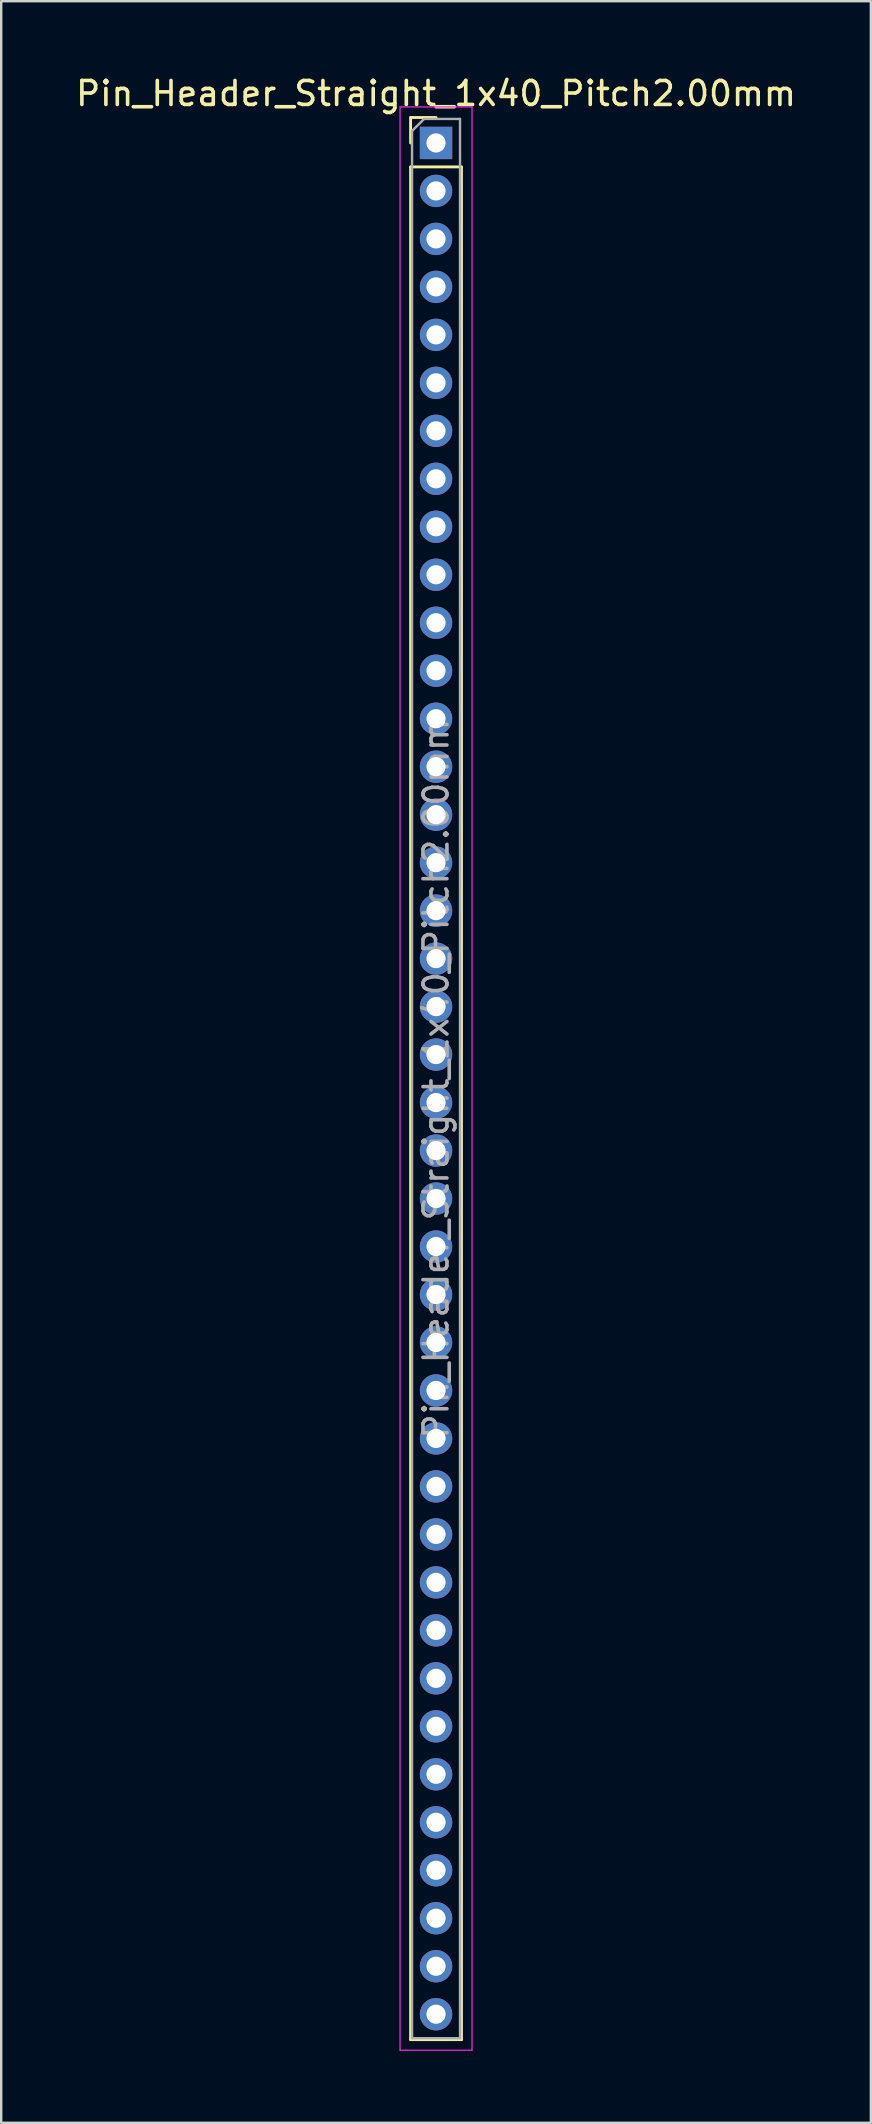
<source format=kicad_pcb>
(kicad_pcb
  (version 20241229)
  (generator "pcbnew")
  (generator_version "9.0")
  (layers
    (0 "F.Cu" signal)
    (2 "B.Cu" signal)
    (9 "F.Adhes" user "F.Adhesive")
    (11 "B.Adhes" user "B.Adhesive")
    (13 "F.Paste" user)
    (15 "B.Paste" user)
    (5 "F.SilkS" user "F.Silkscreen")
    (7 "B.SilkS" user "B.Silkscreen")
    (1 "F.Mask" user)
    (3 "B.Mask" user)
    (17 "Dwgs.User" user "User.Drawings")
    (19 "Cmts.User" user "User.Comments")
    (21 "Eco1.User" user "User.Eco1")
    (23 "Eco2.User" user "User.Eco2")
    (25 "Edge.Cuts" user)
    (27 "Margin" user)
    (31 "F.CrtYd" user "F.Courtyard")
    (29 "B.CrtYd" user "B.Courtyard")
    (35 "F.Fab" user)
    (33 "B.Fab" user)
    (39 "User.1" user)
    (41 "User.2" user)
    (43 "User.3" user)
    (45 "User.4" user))
  (footprint "Pin_Header_Straight_1x40_Pitch2.00mm"
    (layer "F.Cu")
    (at 15.125 2.908)
    (property "Reference" "Pin_Header_Straight_1x40_Pitch2.00mm" (at 0 -2.06 0) (layer "F.SilkS") (effects (font (size 1 1) (thickness 0.15))))
    (attr through_hole)
    (fp_line (start -1.06 -1.06) (end 0 -1.06) (stroke (width 0.12) (type solid)) (layer "F.SilkS"))
    (fp_line (start -1.06 0) (end -1.06 -1.06) (stroke (width 0.12) (type solid)) (layer "F.SilkS"))
    (fp_line (start -1.06 1) (end -1.06 79.06) (stroke (width 0.12) (type solid)) (layer "F.SilkS"))
    (fp_line (start -1.06 1) (end 1.06 1) (stroke (width 0.12) (type solid)) (layer "F.SilkS"))
    (fp_line (start -1.06 79.06) (end 1.06 79.06) (stroke (width 0.12) (type solid)) (layer "F.SilkS"))
    (fp_line (start 1.06 1) (end 1.06 79.06) (stroke (width 0.12) (type solid)) (layer "F.SilkS"))
    (fp_line (start -1.5 -1.5) (end -1.5 79.5) (stroke (width 0.05) (type solid)) (layer "F.CrtYd"))
    (fp_line (start -1.5 79.5) (end 1.5 79.5) (stroke (width 0.05) (type solid)) (layer "F.CrtYd"))
    (fp_line (start 1.5 -1.5) (end -1.5 -1.5) (stroke (width 0.05) (type solid)) (layer "F.CrtYd"))
    (fp_line (start 1.5 79.5) (end 1.5 -1.5) (stroke (width 0.05) (type solid)) (layer "F.CrtYd"))
    (fp_line (start -1 -0.5) (end -0.5 -1) (stroke (width 0.1) (type solid)) (layer "F.Fab"))
    (fp_line (start -1 79) (end -1 -0.5) (stroke (width 0.1) (type solid)) (layer "F.Fab"))
    (fp_line (start -0.5 -1) (end 1 -1) (stroke (width 0.1) (type solid)) (layer "F.Fab"))
    (fp_line (start 1 -1) (end 1 79) (stroke (width 0.1) (type solid)) (layer "F.Fab"))
    (fp_line (start 1 79) (end -1 79) (stroke (width 0.1) (type solid)) (layer "F.Fab"))
    (fp_text user "${REFERENCE}" (at 0 39 90) (layer "F.Fab") (effects (font (size 1 1) (thickness 0.15))))
    (pad "1" thru_hole rect (at 0 0) (size 1.35 1.35) (drill 0.8) (layers "*.Cu" "*.Mask"))
    (pad "2" thru_hole oval (at 0 2) (size 1.35 1.35) (drill 0.8) (layers "*.Cu" "*.Mask"))
    (pad "3" thru_hole oval (at 0 4) (size 1.35 1.35) (drill 0.8) (layers "*.Cu" "*.Mask"))
    (pad "4" thru_hole oval (at 0 6) (size 1.35 1.35) (drill 0.8) (layers "*.Cu" "*.Mask"))
    (pad "5" thru_hole oval (at 0 8) (size 1.35 1.35) (drill 0.8) (layers "*.Cu" "*.Mask"))
    (pad "6" thru_hole oval (at 0 10) (size 1.35 1.35) (drill 0.8) (layers "*.Cu" "*.Mask"))
    (pad "7" thru_hole oval (at 0 12) (size 1.35 1.35) (drill 0.8) (layers "*.Cu" "*.Mask"))
    (pad "8" thru_hole oval (at 0 14) (size 1.35 1.35) (drill 0.8) (layers "*.Cu" "*.Mask"))
    (pad "9" thru_hole oval (at 0 16) (size 1.35 1.35) (drill 0.8) (layers "*.Cu" "*.Mask"))
    (pad "10" thru_hole oval (at 0 18) (size 1.35 1.35) (drill 0.8) (layers "*.Cu" "*.Mask"))
    (pad "11" thru_hole oval (at 0 20) (size 1.35 1.35) (drill 0.8) (layers "*.Cu" "*.Mask"))
    (pad "12" thru_hole oval (at 0 22) (size 1.35 1.35) (drill 0.8) (layers "*.Cu" "*.Mask"))
    (pad "13" thru_hole oval (at 0 24) (size 1.35 1.35) (drill 0.8) (layers "*.Cu" "*.Mask"))
    (pad "14" thru_hole oval (at 0 26) (size 1.35 1.35) (drill 0.8) (layers "*.Cu" "*.Mask"))
    (pad "15" thru_hole oval (at 0 28) (size 1.35 1.35) (drill 0.8) (layers "*.Cu" "*.Mask"))
    (pad "16" thru_hole oval (at 0 30) (size 1.35 1.35) (drill 0.8) (layers "*.Cu" "*.Mask"))
    (pad "17" thru_hole oval (at 0 32) (size 1.35 1.35) (drill 0.8) (layers "*.Cu" "*.Mask"))
    (pad "18" thru_hole oval (at 0 34) (size 1.35 1.35) (drill 0.8) (layers "*.Cu" "*.Mask"))
    (pad "19" thru_hole oval (at 0 36) (size 1.35 1.35) (drill 0.8) (layers "*.Cu" "*.Mask"))
    (pad "20" thru_hole oval (at 0 38) (size 1.35 1.35) (drill 0.8) (layers "*.Cu" "*.Mask"))
    (pad "21" thru_hole oval (at 0 40) (size 1.35 1.35) (drill 0.8) (layers "*.Cu" "*.Mask"))
    (pad "22" thru_hole oval (at 0 42) (size 1.35 1.35) (drill 0.8) (layers "*.Cu" "*.Mask"))
    (pad "23" thru_hole oval (at 0 44) (size 1.35 1.35) (drill 0.8) (layers "*.Cu" "*.Mask"))
    (pad "24" thru_hole oval (at 0 46) (size 1.35 1.35) (drill 0.8) (layers "*.Cu" "*.Mask"))
    (pad "25" thru_hole oval (at 0 48) (size 1.35 1.35) (drill 0.8) (layers "*.Cu" "*.Mask"))
    (pad "26" thru_hole oval (at 0 50) (size 1.35 1.35) (drill 0.8) (layers "*.Cu" "*.Mask"))
    (pad "27" thru_hole oval (at 0 52) (size 1.35 1.35) (drill 0.8) (layers "*.Cu" "*.Mask"))
    (pad "28" thru_hole oval (at 0 54) (size 1.35 1.35) (drill 0.8) (layers "*.Cu" "*.Mask"))
    (pad "29" thru_hole oval (at 0 56) (size 1.35 1.35) (drill 0.8) (layers "*.Cu" "*.Mask"))
    (pad "30" thru_hole oval (at 0 58) (size 1.35 1.35) (drill 0.8) (layers "*.Cu" "*.Mask"))
    (pad "31" thru_hole oval (at 0 60) (size 1.35 1.35) (drill 0.8) (layers "*.Cu" "*.Mask"))
    (pad "32" thru_hole oval (at 0 62) (size 1.35 1.35) (drill 0.8) (layers "*.Cu" "*.Mask"))
    (pad "33" thru_hole oval (at 0 64) (size 1.35 1.35) (drill 0.8) (layers "*.Cu" "*.Mask"))
    (pad "34" thru_hole oval (at 0 66) (size 1.35 1.35) (drill 0.8) (layers "*.Cu" "*.Mask"))
    (pad "35" thru_hole oval (at 0 68) (size 1.35 1.35) (drill 0.8) (layers "*.Cu" "*.Mask"))
    (pad "36" thru_hole oval (at 0 70) (size 1.35 1.35) (drill 0.8) (layers "*.Cu" "*.Mask"))
    (pad "37" thru_hole oval (at 0 72) (size 1.35 1.35) (drill 0.8) (layers "*.Cu" "*.Mask"))
    (pad "38" thru_hole oval (at 0 74) (size 1.35 1.35) (drill 0.8) (layers "*.Cu" "*.Mask"))
    (pad "39" thru_hole oval (at 0 76) (size 1.35 1.35) (drill 0.8) (layers "*.Cu" "*.Mask"))
    (pad "40" thru_hole oval (at 0 78) (size 1.35 1.35) (drill 0.8) (layers "*.Cu" "*.Mask")))
  (gr_rect
    (start -3 -3)
    (end 33.25 85.433)
    (stroke (width 0.1) (type default))
    (fill no)
    (layer "Edge.Cuts")))
</source>
